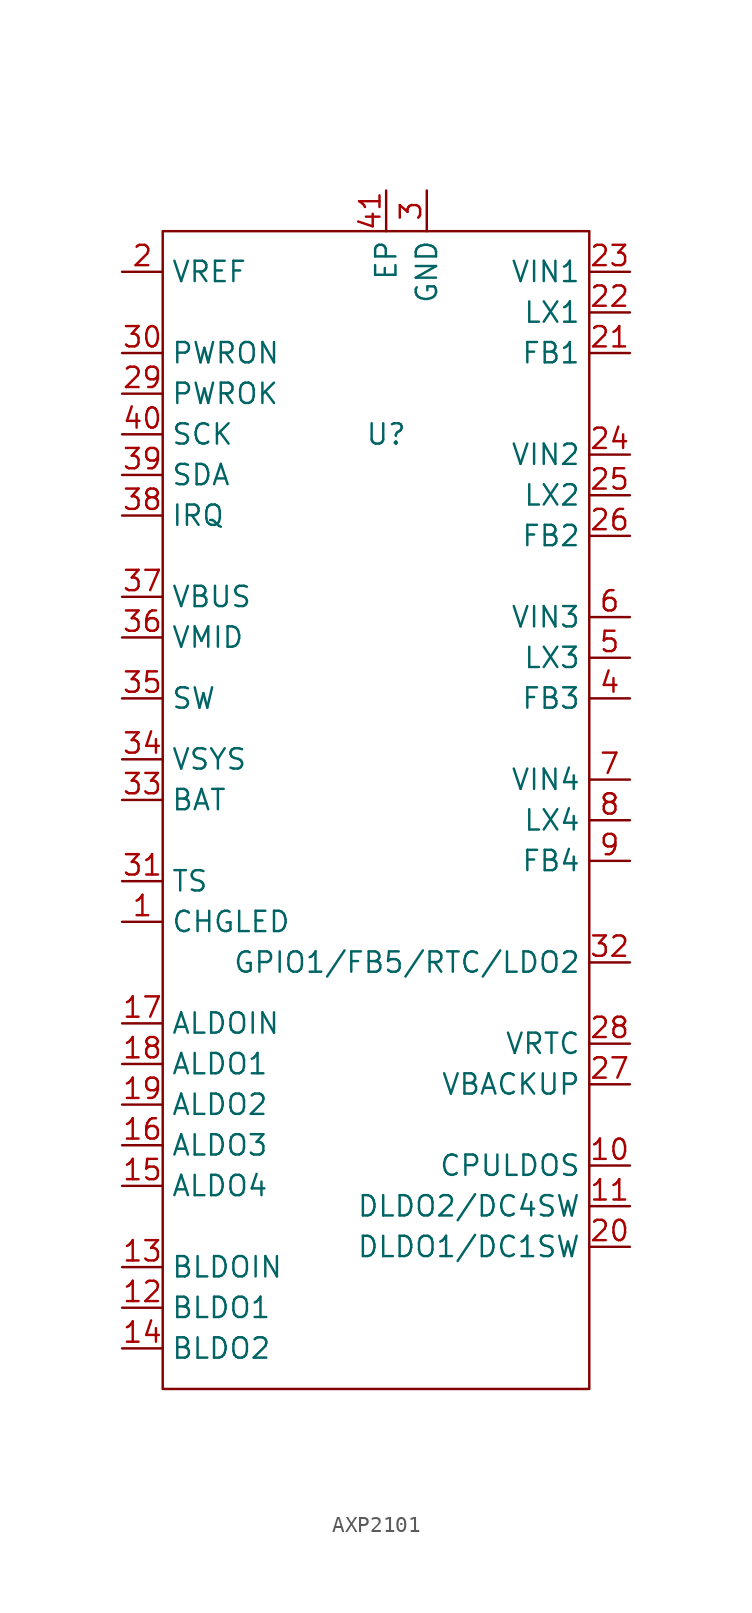
<source format=kicad_sym>
(kicad_symbol_lib
  (version 20231120)
  (generator "kicad_symbol_editor")
  (generator_version "8.0")
  (symbol "AXP2101"
    (property "Reference" "U"
      (at 0 0 0)
      (effects (font (size 1.27 1.27))))
    (property "Value" ""
      (at 0 0 0)
      (effects (font (size 1.27 1.27))))
    (symbol "AXP2101_0_1"
      (rectangle (start -13.97 12.7) (end 12.7 -59.69) (stroke (width 0) (type default)) (fill (type none))))
    (symbol "AXP2101_1_1"
      (pin input line (at -16.51 -30.48 0) (length 2.54) (name "CHGLED" (effects (font (size 1.27 1.27)))) (number "1" (effects (font (size 1.27 1.27)))))
      (pin power_in line (at 15.24 -45.72 180) (length 2.54) (name "CPULDOS" (effects (font (size 1.27 1.27)))) (number "10" (effects (font (size 1.27 1.27)))))
      (pin power_out line (at 15.24 -48.26 180) (length 2.54) (name "DLDO2/DC4SW" (effects (font (size 1.27 1.27)))) (number "11" (effects (font (size 1.27 1.27)))))
      (pin power_out line (at -16.51 -54.61 0) (length 2.54) (name "BLDO1" (effects (font (size 1.27 1.27)))) (number "12" (effects (font (size 1.27 1.27)))))
      (pin power_in line (at -16.51 -52.07 0) (length 2.54) (name "BLDOIN" (effects (font (size 1.27 1.27)))) (number "13" (effects (font (size 1.27 1.27)))))
      (pin power_out line (at -16.51 -57.15 0) (length 2.54) (name "BLDO2" (effects (font (size 1.27 1.27)))) (number "14" (effects (font (size 1.27 1.27)))))
      (pin power_out line (at -16.51 -46.99 0) (length 2.54) (name "ALDO4" (effects (font (size 1.27 1.27)))) (number "15" (effects (font (size 1.27 1.27)))))
      (pin power_out line (at -16.51 -44.45 0) (length 2.54) (name "ALDO3" (effects (font (size 1.27 1.27)))) (number "16" (effects (font (size 1.27 1.27)))))
      (pin power_out line (at -16.51 -36.83 0) (length 2.54) (name "ALDOIN" (effects (font (size 1.27 1.27)))) (number "17" (effects (font (size 1.27 1.27)))))
      (pin power_out line (at -16.51 -39.37 0) (length 2.54) (name "ALDO1" (effects (font (size 1.27 1.27)))) (number "18" (effects (font (size 1.27 1.27)))))
      (pin power_out line (at -16.51 -41.91 0) (length 2.54) (name "ALDO2" (effects (font (size 1.27 1.27)))) (number "19" (effects (font (size 1.27 1.27)))))
      (pin power_in line (at -16.51 10.16 0) (length 2.54) (name "VREF" (effects (font (size 1.27 1.27)))) (number "2" (effects (font (size 1.27 1.27)))))
      (pin power_out line (at 15.24 -50.8 180) (length 2.54) (name "DLDO1/DC1SW" (effects (font (size 1.27 1.27)))) (number "20" (effects (font (size 1.27 1.27)))))
      (pin power_in line (at 15.24 5.08 180) (length 2.54) (name "FB1" (effects (font (size 1.27 1.27)))) (number "21" (effects (font (size 1.27 1.27)))))
      (pin power_in line (at 15.24 7.62 180) (length 2.54) (name "LX1" (effects (font (size 1.27 1.27)))) (number "22" (effects (font (size 1.27 1.27)))))
      (pin power_in line (at 15.24 10.16 180) (length 2.54) (name "VIN1" (effects (font (size 1.27 1.27)))) (number "23" (effects (font (size 1.27 1.27)))))
      (pin power_in line (at 15.24 -1.27 180) (length 2.54) (name "VIN2" (effects (font (size 1.27 1.27)))) (number "24" (effects (font (size 1.27 1.27)))))
      (pin power_in line (at 15.24 -3.81 180) (length 2.54) (name "LX2" (effects (font (size 1.27 1.27)))) (number "25" (effects (font (size 1.27 1.27)))))
      (pin power_in line (at 15.24 -6.35 180) (length 2.54) (name "FB2" (effects (font (size 1.27 1.27)))) (number "26" (effects (font (size 1.27 1.27)))))
      (pin power_in line (at 15.24 -40.64 180) (length 2.54) (name "VBACKUP" (effects (font (size 1.27 1.27)))) (number "27" (effects (font (size 1.27 1.27)))))
      (pin power_in line (at 15.24 -38.1 180) (length 2.54) (name "VRTC" (effects (font (size 1.27 1.27)))) (number "28" (effects (font (size 1.27 1.27)))))
      (pin output line (at -16.51 2.54 0) (length 2.54) (name "PWROK" (effects (font (size 1.27 1.27)))) (number "29" (effects (font (size 1.27 1.27)))))
      (pin power_in line (at 2.54 15.24 270) (length 2.54) (name "GND" (effects (font (size 1.27 1.27)))) (number "3" (effects (font (size 1.27 1.27)))))
      (pin bidirectional line (at -16.51 5.08 0) (length 2.54) (name "PWRON" (effects (font (size 1.27 1.27)))) (number "30" (effects (font (size 1.27 1.27)))))
      (pin input line (at -16.51 -27.94 0) (length 2.54) (name "TS" (effects (font (size 1.27 1.27)))) (number "31" (effects (font (size 1.27 1.27)))))
      (pin power_in line (at 15.24 -33.02 180) (length 2.54) (name "GPIO1/FB5/RTC/LDO2" (effects (font (size 1.27 1.27)))) (number "32" (effects (font (size 1.27 1.27)))))
      (pin power_in line (at -16.51 -22.86 0) (length 2.54) (name "BAT" (effects (font (size 1.27 1.27)))) (number "33" (effects (font (size 1.27 1.27)))))
      (pin power_in line (at -16.51 -20.32 0) (length 2.54) (name "VSYS" (effects (font (size 1.27 1.27)))) (number "34" (effects (font (size 1.27 1.27)))))
      (pin output line (at -16.51 -16.51 0) (length 2.54) (name "SW" (effects (font (size 1.27 1.27)))) (number "35" (effects (font (size 1.27 1.27)))))
      (pin power_in line (at -16.51 -12.7 0) (length 2.54) (name "VMID" (effects (font (size 1.27 1.27)))) (number "36" (effects (font (size 1.27 1.27)))))
      (pin power_in line (at -16.51 -10.16 0) (length 2.54) (name "VBUS" (effects (font (size 1.27 1.27)))) (number "37" (effects (font (size 1.27 1.27)))))
      (pin output line (at -16.51 -5.08 0) (length 2.54) (name "IRQ" (effects (font (size 1.27 1.27)))) (number "38" (effects (font (size 1.27 1.27)))))
      (pin bidirectional line (at -16.51 -2.54 0) (length 2.54) (name "SDA" (effects (font (size 1.27 1.27)))) (number "39" (effects (font (size 1.27 1.27)))))
      (pin power_in line (at 15.24 -16.51 180) (length 2.54) (name "FB3" (effects (font (size 1.27 1.27)))) (number "4" (effects (font (size 1.27 1.27)))))
      (pin input line (at -16.51 0 0) (length 2.54) (name "SCK" (effects (font (size 1.27 1.27)))) (number "40" (effects (font (size 1.27 1.27)))))
      (pin power_in line (at 0 15.24 270) (length 2.54) (name "EP" (effects (font (size 1.27 1.27)))) (number "41" (effects (font (size 1.27 1.27)))))
      (pin power_in line (at 15.24 -13.97 180) (length 2.54) (name "LX3" (effects (font (size 1.27 1.27)))) (number "5" (effects (font (size 1.27 1.27)))))
      (pin power_in line (at 15.24 -11.43 180) (length 2.54) (name "VIN3" (effects (font (size 1.27 1.27)))) (number "6" (effects (font (size 1.27 1.27)))))
      (pin power_in line (at 15.24 -21.59 180) (length 2.54) (name "VIN4" (effects (font (size 1.27 1.27)))) (number "7" (effects (font (size 1.27 1.27)))))
      (pin power_in line (at 15.24 -24.13 180) (length 2.54) (name "LX4" (effects (font (size 1.27 1.27)))) (number "8" (effects (font (size 1.27 1.27)))))
      (pin power_in line (at 15.24 -26.67 180) (length 2.54) (name "FB4" (effects (font (size 1.27 1.27)))) (number "9" (effects (font (size 1.27 1.27))))))))
</source>
